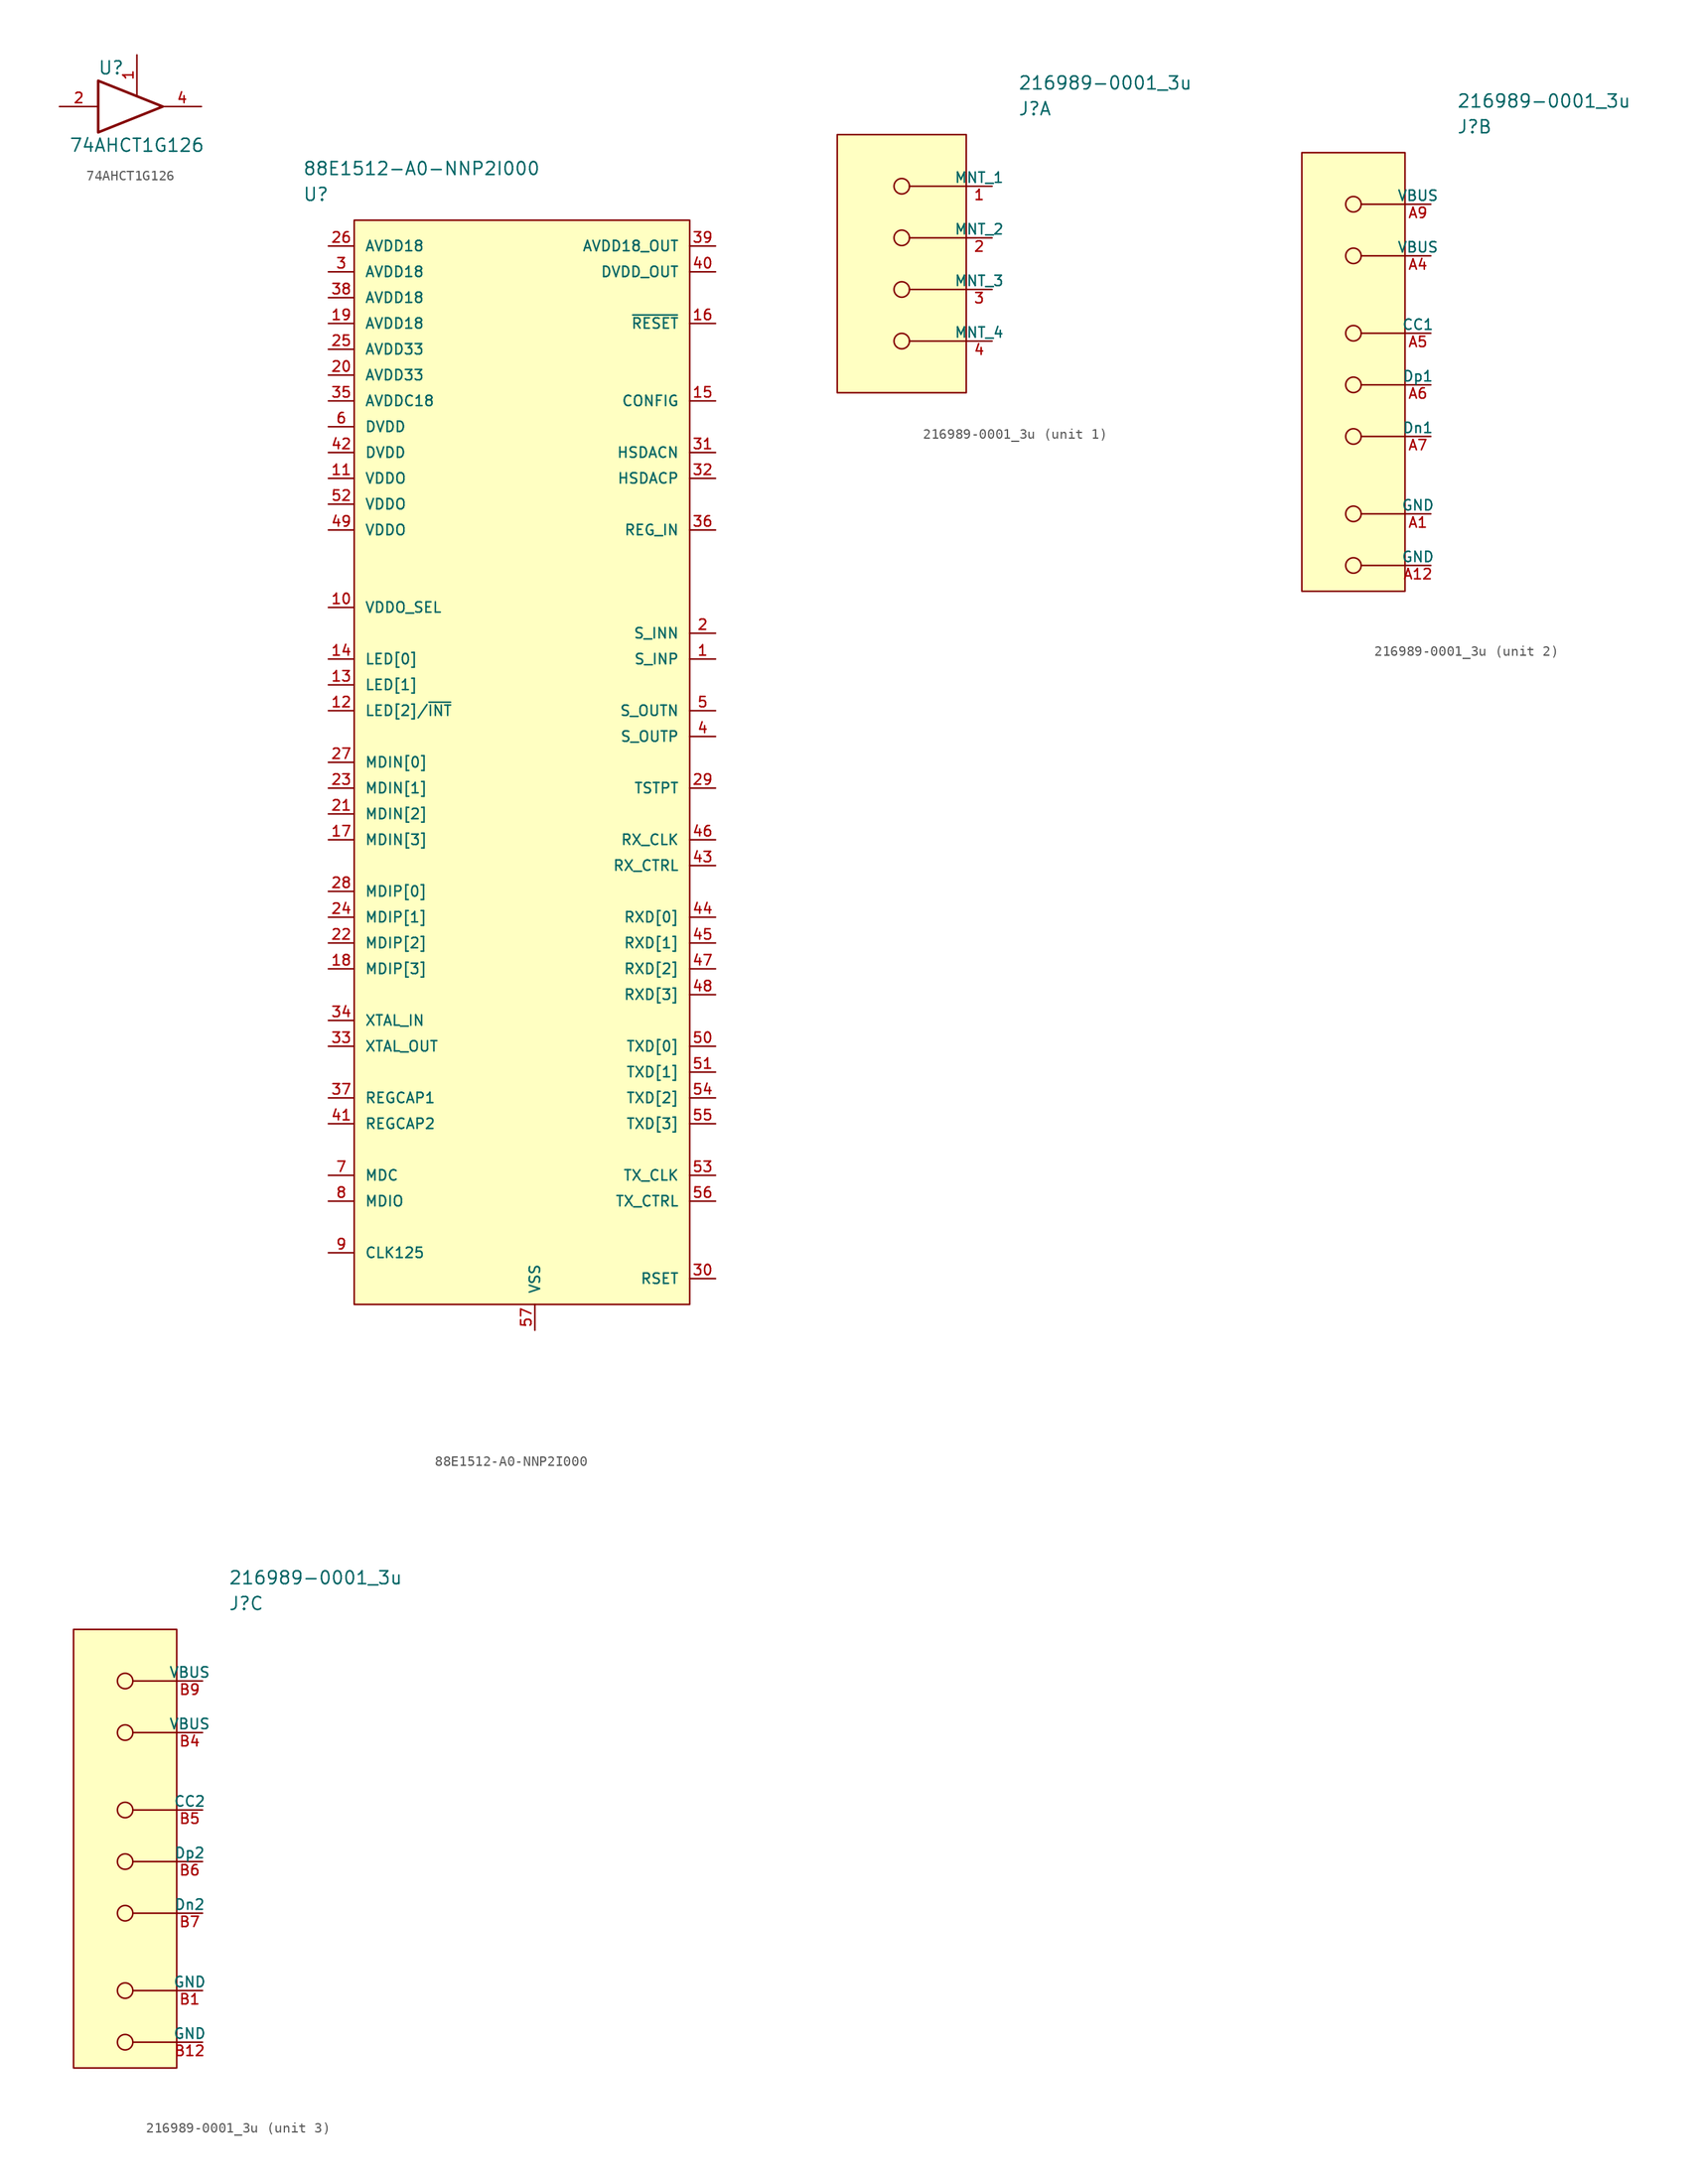
<source format=kicad_sym>
(kicad_symbol_lib
  (version 20231120)
  (generator "kicad_symbol_editor")
  (generator_version "8.0")
  (symbol "74AHCT1G126"
    (pin_names
      (offset 1.016))
    (property "Reference" "U"
      (at -2.54 3.81 0)
      (effects (font (size 1.27 1.27))))
    (property "Value" "74AHCT1G126"
      (at 0 -3.81 0)
      (effects (font (size 1.27 1.27))))
    (symbol "74AHCT1G126_0_1"
      (polyline (pts (xy -3.81 2.54) (xy -3.81 -2.54) (xy 2.54 0) (xy -3.81 2.54)) (stroke (width 0.254) (type default)) (fill (type none))))
    (symbol "74AHCT1G126_1_1"
      (pin input line (at 0 5.08 270) (length 3.937) (name "~" (effects (font (size 1.016 1.016)))) (number "1" (effects (font (size 1.016 1.016)))))
      (pin input line (at -7.62 0 0) (length 3.81) (name "~" (effects (font (size 1.016 1.016)))) (number "2" (effects (font (size 1.016 1.016)))))
      (pin passive line (at 1.27 -1.27 270) (length 0) hide (name "GND" (effects (font (size 1.016 1.016)))) (number "3" (effects (font (size 1.016 1.016)))))
      (pin tri_state line (at 6.35 0 180) (length 3.81) (name "~" (effects (font (size 1.016 1.016)))) (number "4" (effects (font (size 1.016 1.016)))))
      (pin passive line (at 1.27 1.27 90) (length 0) hide (name "VCC" (effects (font (size 1.016 1.016)))) (number "5" (effects (font (size 1.016 1.016)))))))
  (symbol "88E1512-A0-NNP2I000"
    (pin_names
      (offset 1.016))
    (property "Reference" "U"
      (at 0 5.08 0)
      (effects (font (size 1.27 1.27)) (justify left)))
    (property "Value" "88E1512-A0-NNP2I000"
      (at 0 7.62 0)
      (effects (font (size 1.27 1.27)) (justify left)))
    (symbol "88E1512-A0-NNP2I000_1_1"
      (rectangle (start 5.08 2.54) (end 38.1 -104.14) (stroke (width 0) (type default)) (fill (type background)))
      (pin input line (at 40.64 -40.64 180) (length 2.54) (name "S_INP" (effects (font (size 1.016 1.016)))) (number "1" (effects (font (size 1.016 1.016)))))
      (pin power_in line (at 2.54 -35.56 0) (length 2.54) (name "VDDO_SEL" (effects (font (size 1.016 1.016)))) (number "10" (effects (font (size 1.016 1.016)))))
      (pin power_in line (at 2.54 -22.86 0) (length 2.54) (name "VDDO" (effects (font (size 1.016 1.016)))) (number "11" (effects (font (size 1.016 1.016)))))
      (pin output line (at 2.54 -45.72 0) (length 2.54) (name "LED[2]/~{INT}" (effects (font (size 1.016 1.016)))) (number "12" (effects (font (size 1.016 1.016)))))
      (pin bidirectional line (at 2.54 -43.18 0) (length 2.54) (name "LED[1]" (effects (font (size 1.016 1.016)))) (number "13" (effects (font (size 1.016 1.016)))))
      (pin output line (at 2.54 -40.64 0) (length 2.54) (name "LED[0]" (effects (font (size 1.016 1.016)))) (number "14" (effects (font (size 1.016 1.016)))))
      (pin input line (at 40.64 -15.24 180) (length 2.54) (name "CONFIG" (effects (font (size 1.016 1.016)))) (number "15" (effects (font (size 1.016 1.016)))))
      (pin input line (at 40.64 -7.62 180) (length 2.54) (name "~{RESET}" (effects (font (size 1.016 1.016)))) (number "16" (effects (font (size 1.016 1.016)))))
      (pin bidirectional line (at 2.54 -58.42 0) (length 2.54) (name "MDIN[3]" (effects (font (size 1.016 1.016)))) (number "17" (effects (font (size 1.016 1.016)))))
      (pin bidirectional line (at 2.54 -71.12 0) (length 2.54) (name "MDIP[3]" (effects (font (size 1.016 1.016)))) (number "18" (effects (font (size 1.016 1.016)))))
      (pin power_in line (at 2.54 -7.62 0) (length 2.54) (name "AVDD18" (effects (font (size 1.016 1.016)))) (number "19" (effects (font (size 1.016 1.016)))))
      (pin input line (at 40.64 -38.1 180) (length 2.54) (name "S_INN" (effects (font (size 1.016 1.016)))) (number "2" (effects (font (size 1.016 1.016)))))
      (pin power_in line (at 2.54 -12.7 0) (length 2.54) (name "AVDD33" (effects (font (size 1.016 1.016)))) (number "20" (effects (font (size 1.016 1.016)))))
      (pin bidirectional line (at 2.54 -55.88 0) (length 2.54) (name "MDIN[2]" (effects (font (size 1.016 1.016)))) (number "21" (effects (font (size 1.016 1.016)))))
      (pin bidirectional line (at 2.54 -68.58 0) (length 2.54) (name "MDIP[2]" (effects (font (size 1.016 1.016)))) (number "22" (effects (font (size 1.016 1.016)))))
      (pin bidirectional line (at 2.54 -53.34 0) (length 2.54) (name "MDIN[1]" (effects (font (size 1.016 1.016)))) (number "23" (effects (font (size 1.016 1.016)))))
      (pin bidirectional line (at 2.54 -66.04 0) (length 2.54) (name "MDIP[1]" (effects (font (size 1.016 1.016)))) (number "24" (effects (font (size 1.016 1.016)))))
      (pin power_in line (at 2.54 -10.16 0) (length 2.54) (name "AVDD33" (effects (font (size 1.016 1.016)))) (number "25" (effects (font (size 1.016 1.016)))))
      (pin power_in line (at 2.54 0 0) (length 2.54) (name "AVDD18" (effects (font (size 1.016 1.016)))) (number "26" (effects (font (size 1.016 1.016)))))
      (pin bidirectional line (at 2.54 -50.8 0) (length 2.54) (name "MDIN[0]" (effects (font (size 1.016 1.016)))) (number "27" (effects (font (size 1.016 1.016)))))
      (pin bidirectional line (at 2.54 -63.5 0) (length 2.54) (name "MDIP[0]" (effects (font (size 1.016 1.016)))) (number "28" (effects (font (size 1.016 1.016)))))
      (pin output line (at 40.64 -53.34 180) (length 2.54) (name "TSTPT" (effects (font (size 1.016 1.016)))) (number "29" (effects (font (size 1.016 1.016)))))
      (pin power_in line (at 2.54 -2.54 0) (length 2.54) (name "AVDD18" (effects (font (size 1.016 1.016)))) (number "3" (effects (font (size 1.016 1.016)))))
      (pin input line (at 40.64 -101.6 180) (length 2.54) (name "RSET" (effects (font (size 1.016 1.016)))) (number "30" (effects (font (size 1.016 1.016)))))
      (pin output line (at 40.64 -20.32 180) (length 2.54) (name "HSDACN" (effects (font (size 1.016 1.016)))) (number "31" (effects (font (size 1.016 1.016)))))
      (pin output line (at 40.64 -22.86 180) (length 2.54) (name "HSDACP" (effects (font (size 1.016 1.016)))) (number "32" (effects (font (size 1.016 1.016)))))
      (pin output line (at 2.54 -78.74 0) (length 2.54) (name "XTAL_OUT" (effects (font (size 1.016 1.016)))) (number "33" (effects (font (size 1.016 1.016)))))
      (pin input line (at 2.54 -76.2 0) (length 2.54) (name "XTAL_IN" (effects (font (size 1.016 1.016)))) (number "34" (effects (font (size 1.016 1.016)))))
      (pin power_in line (at 2.54 -15.24 0) (length 2.54) (name "AVDDC18" (effects (font (size 1.016 1.016)))) (number "35" (effects (font (size 1.016 1.016)))))
      (pin power_in line (at 40.64 -27.94 180) (length 2.54) (name "REG_IN" (effects (font (size 1.016 1.016)))) (number "36" (effects (font (size 1.016 1.016)))))
      (pin passive line (at 2.54 -83.82 0) (length 2.54) (name "REGCAP1" (effects (font (size 1.016 1.016)))) (number "37" (effects (font (size 1.016 1.016)))))
      (pin power_in line (at 2.54 -5.08 0) (length 2.54) (name "AVDD18" (effects (font (size 1.016 1.016)))) (number "38" (effects (font (size 1.016 1.016)))))
      (pin power_in line (at 40.64 0 180) (length 2.54) (name "AVDD18_OUT" (effects (font (size 1.016 1.016)))) (number "39" (effects (font (size 1.016 1.016)))))
      (pin output line (at 40.64 -48.26 180) (length 2.54) (name "S_OUTP" (effects (font (size 1.016 1.016)))) (number "4" (effects (font (size 1.016 1.016)))))
      (pin power_in line (at 40.64 -2.54 180) (length 2.54) (name "DVDD_OUT" (effects (font (size 1.016 1.016)))) (number "40" (effects (font (size 1.016 1.016)))))
      (pin passive line (at 2.54 -86.36 0) (length 2.54) (name "REGCAP2" (effects (font (size 1.016 1.016)))) (number "41" (effects (font (size 1.016 1.016)))))
      (pin power_in line (at 2.54 -20.32 0) (length 2.54) (name "DVDD" (effects (font (size 1.016 1.016)))) (number "42" (effects (font (size 1.016 1.016)))))
      (pin output line (at 40.64 -60.96 180) (length 2.54) (name "RX_CTRL" (effects (font (size 1.016 1.016)))) (number "43" (effects (font (size 1.016 1.016)))))
      (pin output line (at 40.64 -66.04 180) (length 2.54) (name "RXD[0]" (effects (font (size 1.016 1.016)))) (number "44" (effects (font (size 1.016 1.016)))))
      (pin output line (at 40.64 -68.58 180) (length 2.54) (name "RXD[1]" (effects (font (size 1.016 1.016)))) (number "45" (effects (font (size 1.016 1.016)))))
      (pin output line (at 40.64 -58.42 180) (length 2.54) (name "RX_CLK" (effects (font (size 1.016 1.016)))) (number "46" (effects (font (size 1.016 1.016)))))
      (pin output line (at 40.64 -71.12 180) (length 2.54) (name "RXD[2]" (effects (font (size 1.016 1.016)))) (number "47" (effects (font (size 1.016 1.016)))))
      (pin output line (at 40.64 -73.66 180) (length 2.54) (name "RXD[3]" (effects (font (size 1.016 1.016)))) (number "48" (effects (font (size 1.016 1.016)))))
      (pin power_in line (at 2.54 -27.94 0) (length 2.54) (name "VDDO" (effects (font (size 1.016 1.016)))) (number "49" (effects (font (size 1.016 1.016)))))
      (pin output line (at 40.64 -45.72 180) (length 2.54) (name "S_OUTN" (effects (font (size 1.016 1.016)))) (number "5" (effects (font (size 1.016 1.016)))))
      (pin input line (at 40.64 -78.74 180) (length 2.54) (name "TXD[0]" (effects (font (size 1.016 1.016)))) (number "50" (effects (font (size 1.016 1.016)))))
      (pin input line (at 40.64 -81.28 180) (length 2.54) (name "TXD[1]" (effects (font (size 1.016 1.016)))) (number "51" (effects (font (size 1.016 1.016)))))
      (pin power_in line (at 2.54 -25.4 0) (length 2.54) (name "VDDO" (effects (font (size 1.016 1.016)))) (number "52" (effects (font (size 1.016 1.016)))))
      (pin input line (at 40.64 -91.44 180) (length 2.54) (name "TX_CLK" (effects (font (size 1.016 1.016)))) (number "53" (effects (font (size 1.016 1.016)))))
      (pin input line (at 40.64 -83.82 180) (length 2.54) (name "TXD[2]" (effects (font (size 1.016 1.016)))) (number "54" (effects (font (size 1.016 1.016)))))
      (pin input line (at 40.64 -86.36 180) (length 2.54) (name "TXD[3]" (effects (font (size 1.016 1.016)))) (number "55" (effects (font (size 1.016 1.016)))))
      (pin input line (at 40.64 -93.98 180) (length 2.54) (name "TX_CTRL" (effects (font (size 1.016 1.016)))) (number "56" (effects (font (size 1.016 1.016)))))
      (pin power_in line (at 22.86 -106.68 90) (length 2.54) (name "VSS" (effects (font (size 1.016 1.016)))) (number "57" (effects (font (size 1.016 1.016)))))
      (pin power_in line (at 2.54 -17.78 0) (length 2.54) (name "DVDD" (effects (font (size 1.016 1.016)))) (number "6" (effects (font (size 1.016 1.016)))))
      (pin input line (at 2.54 -91.44 0) (length 2.54) (name "MDC" (effects (font (size 1.016 1.016)))) (number "7" (effects (font (size 1.016 1.016)))))
      (pin bidirectional line (at 2.54 -93.98 0) (length 2.54) (name "MDIO" (effects (font (size 1.016 1.016)))) (number "8" (effects (font (size 1.016 1.016)))))
      (pin output line (at 2.54 -99.06 0) (length 2.54) (name "CLK125" (effects (font (size 1.016 1.016)))) (number "9" (effects (font (size 1.016 1.016)))))))
  (symbol "216989-0001_3u"
    (pin_names
      (offset 0))
    (property "Reference" "J"
      (at 0 7.62 0)
      (effects (font (size 1.27 1.27)) (justify left)))
    (property "Value" "216989-0001_3u"
      (at 0 10.16 0)
      (effects (font (size 1.27 1.27)) (justify left)))
    (property "ki_locked" ""
      (at 0 0 0)
      (effects (font (size 1.27 1.27))))
    (symbol "216989-0001_3u_1_1"
      (rectangle (start -17.78 5.08) (end -5.08 -20.32) (stroke (width 0) (type default)) (fill (type background)))
      (circle (center -11.43 -15.24) (radius 0.762) (stroke (width 0) (type default)) (fill (type none)))
      (circle (center -11.43 -10.16) (radius 0.762) (stroke (width 0) (type default)) (fill (type none)))
      (circle (center -11.43 -5.08) (radius 0.762) (stroke (width 0) (type default)) (fill (type none)))
      (circle (center -11.43 0) (radius 0.762) (stroke (width 0) (type default)) (fill (type none)))
      (polyline (pts (xy -10.668 -15.24) (xy -5.08 -15.24)) (stroke (width 0) (type default)) (fill (type none)))
      (polyline (pts (xy -10.668 -10.16) (xy -5.08 -10.16)) (stroke (width 0) (type default)) (fill (type none)))
      (polyline (pts (xy -10.668 -5.08) (xy -5.08 -5.08)) (stroke (width 0) (type default)) (fill (type none)))
      (polyline (pts (xy -10.668 0) (xy -5.08 0)) (stroke (width 0) (type default)) (fill (type none)))
      (pin passive line (at -2.54 0 180) (length 2.54) (name "MNT_1" (effects (font (size 1.016 1.016)))) (number "1" (effects (font (size 1.016 1.016)))))
      (pin passive line (at -2.54 -5.08 180) (length 2.54) (name "MNT_2" (effects (font (size 1.016 1.016)))) (number "2" (effects (font (size 1.016 1.016)))))
      (pin passive line (at -2.54 -10.16 180) (length 2.54) (name "MNT_3" (effects (font (size 1.016 1.016)))) (number "3" (effects (font (size 1.016 1.016)))))
      (pin passive line (at -2.54 -15.24 180) (length 2.54) (name "MNT_4" (effects (font (size 1.016 1.016)))) (number "4" (effects (font (size 1.016 1.016))))))
    (symbol "216989-0001_3u_2_1"
      (rectangle (start -15.24 5.08) (end -5.08 -38.1) (stroke (width 0) (type default)) (fill (type background)))
      (circle (center -10.16 -35.56) (radius 0.762) (stroke (width 0) (type default)) (fill (type none)))
      (circle (center -10.16 -30.48) (radius 0.762) (stroke (width 0) (type default)) (fill (type none)))
      (circle (center -10.16 -22.86) (radius 0.762) (stroke (width 0) (type default)) (fill (type none)))
      (circle (center -10.16 -17.78) (radius 0.762) (stroke (width 0) (type default)) (fill (type none)))
      (circle (center -10.16 -12.7) (radius 0.762) (stroke (width 0) (type default)) (fill (type none)))
      (circle (center -10.16 -5.08) (radius 0.762) (stroke (width 0) (type default)) (fill (type none)))
      (circle (center -10.16 0) (radius 0.762) (stroke (width 0) (type default)) (fill (type none)))
      (polyline (pts (xy -9.398 -35.56) (xy -5.08 -35.56)) (stroke (width 0) (type default)) (fill (type none)))
      (polyline (pts (xy -9.398 -30.48) (xy -5.08 -30.48)) (stroke (width 0) (type default)) (fill (type none)))
      (polyline (pts (xy -9.398 -22.86) (xy -5.08 -22.86)) (stroke (width 0) (type default)) (fill (type none)))
      (polyline (pts (xy -9.398 -17.78) (xy -5.08 -17.78)) (stroke (width 0) (type default)) (fill (type none)))
      (polyline (pts (xy -9.398 -12.7) (xy -5.08 -12.7)) (stroke (width 0) (type default)) (fill (type none)))
      (polyline (pts (xy -9.398 -5.08) (xy -5.08 -5.08)) (stroke (width 0) (type default)) (fill (type none)))
      (polyline (pts (xy -9.398 0) (xy -5.08 0)) (stroke (width 0) (type default)) (fill (type none)))
      (pin power_in line (at -2.54 -30.48 180) (length 2.54) (name "GND" (effects (font (size 1.016 1.016)))) (number "A1" (effects (font (size 1.016 1.016)))))
      (pin power_in line (at -2.54 -35.56 180) (length 2.54) (name "GND" (effects (font (size 1.016 1.016)))) (number "A12" (effects (font (size 1.016 1.016)))))
      (pin passive line (at -2.54 -5.08 180) (length 2.54) (name "VBUS" (effects (font (size 1.016 1.016)))) (number "A4" (effects (font (size 1.016 1.016)))))
      (pin passive line (at -2.54 -12.7 180) (length 2.54) (name "CC1" (effects (font (size 1.016 1.016)))) (number "A5" (effects (font (size 1.016 1.016)))))
      (pin passive line (at -2.54 -17.78 180) (length 2.54) (name "Dp1" (effects (font (size 1.016 1.016)))) (number "A6" (effects (font (size 1.016 1.016)))))
      (pin passive line (at -2.54 -22.86 180) (length 2.54) (name "Dn1" (effects (font (size 1.016 1.016)))) (number "A7" (effects (font (size 1.016 1.016)))))
      (pin power_in line (at -2.54 0 180) (length 2.54) (name "VBUS" (effects (font (size 1.016 1.016)))) (number "A9" (effects (font (size 1.016 1.016))))))
    (symbol "216989-0001_3u_3_1"
      (rectangle (start -15.24 5.08) (end -5.08 -38.1) (stroke (width 0) (type default)) (fill (type background)))
      (circle (center -10.16 -35.56) (radius 0.762) (stroke (width 0) (type default)) (fill (type none)))
      (circle (center -10.16 -30.48) (radius 0.762) (stroke (width 0) (type default)) (fill (type none)))
      (circle (center -10.16 -22.86) (radius 0.762) (stroke (width 0) (type default)) (fill (type none)))
      (circle (center -10.16 -17.78) (radius 0.762) (stroke (width 0) (type default)) (fill (type none)))
      (circle (center -10.16 -12.7) (radius 0.762) (stroke (width 0) (type default)) (fill (type none)))
      (circle (center -10.16 -5.08) (radius 0.762) (stroke (width 0) (type default)) (fill (type none)))
      (circle (center -10.16 0) (radius 0.762) (stroke (width 0) (type default)) (fill (type none)))
      (polyline (pts (xy -9.398 -35.56) (xy -5.08 -35.56)) (stroke (width 0) (type default)) (fill (type none)))
      (polyline (pts (xy -9.398 -30.48) (xy -5.08 -30.48)) (stroke (width 0) (type default)) (fill (type none)))
      (polyline (pts (xy -9.398 -22.86) (xy -5.08 -22.86)) (stroke (width 0) (type default)) (fill (type none)))
      (polyline (pts (xy -9.398 -17.78) (xy -5.08 -17.78)) (stroke (width 0) (type default)) (fill (type none)))
      (polyline (pts (xy -9.398 -12.7) (xy -5.08 -12.7)) (stroke (width 0) (type default)) (fill (type none)))
      (polyline (pts (xy -9.398 -5.08) (xy -5.08 -5.08)) (stroke (width 0) (type default)) (fill (type none)))
      (polyline (pts (xy -9.398 0) (xy -5.08 0)) (stroke (width 0) (type default)) (fill (type none)))
      (pin power_in line (at -2.54 -30.48 180) (length 2.54) (name "GND" (effects (font (size 1.016 1.016)))) (number "B1" (effects (font (size 1.016 1.016)))))
      (pin power_in line (at -2.54 -35.56 180) (length 2.54) (name "GND" (effects (font (size 1.016 1.016)))) (number "B12" (effects (font (size 1.016 1.016)))))
      (pin passive line (at -2.54 -5.08 180) (length 2.54) (name "VBUS" (effects (font (size 1.016 1.016)))) (number "B4" (effects (font (size 1.016 1.016)))))
      (pin passive line (at -2.54 -12.7 180) (length 2.54) (name "CC2" (effects (font (size 1.016 1.016)))) (number "B5" (effects (font (size 1.016 1.016)))))
      (pin passive line (at -2.54 -17.78 180) (length 2.54) (name "Dp2" (effects (font (size 1.016 1.016)))) (number "B6" (effects (font (size 1.016 1.016)))))
      (pin passive line (at -2.54 -22.86 180) (length 2.54) (name "Dn2" (effects (font (size 1.016 1.016)))) (number "B7" (effects (font (size 1.016 1.016)))))
      (pin passive line (at -2.54 0 180) (length 2.54) (name "VBUS" (effects (font (size 1.016 1.016)))) (number "B9" (effects (font (size 1.016 1.016))))))))
</source>
